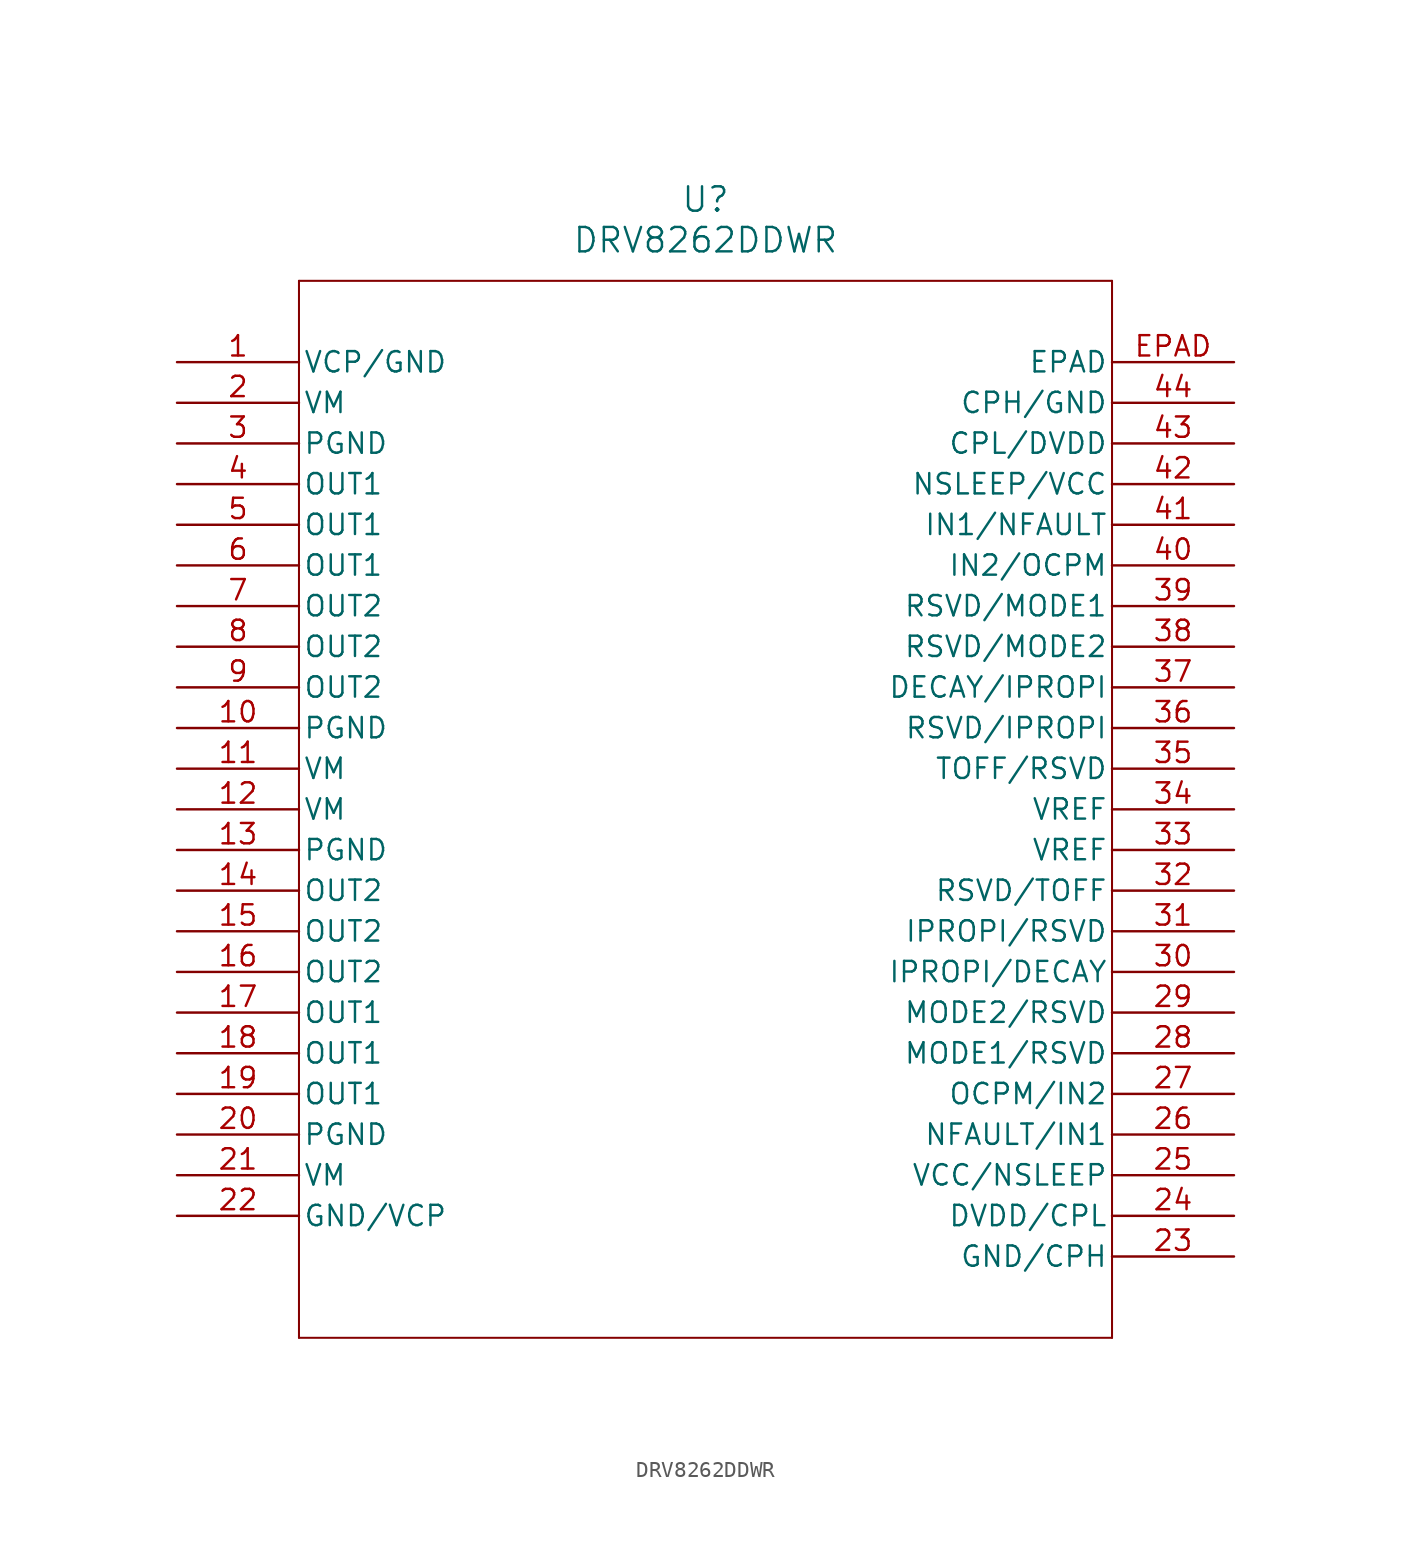
<source format=kicad_sym>
(kicad_symbol_lib
  (version 20241209)
  (generator "kicad_symbol_editor")
  (generator_version "9.0")
  (symbol "DRV8262DDWR"
    (pin_names
      (offset 0.254))
    (property "Reference" "U"
      (at 33.02 10.16 0)
      (effects (font (size 1.524 1.524))))
    (property "Value" "DRV8262DDWR"
      (at 33.02 7.62 0)
      (effects (font (size 1.524 1.524))))
    (property "ki_locked" ""
      (at 0 0 0)
      (effects (font (size 1.27 1.27))))
    (symbol "DRV8262DDWR_0_1"
      (polyline (pts (xy 7.62 5.08) (xy 7.62 -60.96)) (stroke (width 0.127) (type default)) (fill (type none)))
      (polyline (pts (xy 7.62 -60.96) (xy 58.42 -60.96)) (stroke (width 0.127) (type default)) (fill (type none)))
      (polyline (pts (xy 58.42 5.08) (xy 7.62 5.08)) (stroke (width 0.127) (type default)) (fill (type none)))
      (polyline (pts (xy 58.42 -60.96) (xy 58.42 5.08)) (stroke (width 0.127) (type default)) (fill (type none)))
      (pin unspecified line (at 0 0 0) (length 7.62) (name "VCP/GND" (effects (font (size 1.27 1.27)))) (number "1" (effects (font (size 1.27 1.27)))))
      (pin unspecified line (at 0 -2.54 0) (length 7.62) (name "VM" (effects (font (size 1.27 1.27)))) (number "2" (effects (font (size 1.27 1.27)))))
      (pin passive line (at 0 -5.08 0) (length 7.62) (name "PGND" (effects (font (size 1.27 1.27)))) (number "3" (effects (font (size 1.27 1.27)))))
      (pin passive line (at 0 -10.16 0) (length 7.62) (name "OUT1" (effects (font (size 1.27 1.27)))) (number "5" (effects (font (size 1.27 1.27)))))
      (pin passive line (at 0 -12.7 0) (length 7.62) (name "OUT1" (effects (font (size 1.27 1.27)))) (number "6" (effects (font (size 1.27 1.27)))))
      (pin passive line (at 0 -15.24 0) (length 7.62) (name "OUT2" (effects (font (size 1.27 1.27)))) (number "7" (effects (font (size 1.27 1.27)))))
      (pin passive line (at 0 -17.78 0) (length 7.62) (name "OUT2" (effects (font (size 1.27 1.27)))) (number "8" (effects (font (size 1.27 1.27)))))
      (pin passive line (at 0 -20.32 0) (length 7.62) (name "OUT2" (effects (font (size 1.27 1.27)))) (number "9" (effects (font (size 1.27 1.27)))))
      (pin passive line (at 0 -22.86 0) (length 7.62) (name "PGND" (effects (font (size 1.27 1.27)))) (number "10" (effects (font (size 1.27 1.27)))))
      (pin unspecified line (at 0 -25.4 0) (length 7.62) (name "VM" (effects (font (size 1.27 1.27)))) (number "11" (effects (font (size 1.27 1.27)))))
      (pin unspecified line (at 0 -27.94 0) (length 7.62) (name "VM" (effects (font (size 1.27 1.27)))) (number "12" (effects (font (size 1.27 1.27)))))
      (pin passive line (at 0 -30.48 0) (length 7.62) (name "PGND" (effects (font (size 1.27 1.27)))) (number "13" (effects (font (size 1.27 1.27)))))
      (pin passive line (at 0 -33.02 0) (length 7.62) (name "OUT2" (effects (font (size 1.27 1.27)))) (number "14" (effects (font (size 1.27 1.27)))))
      (pin passive line (at 0 -35.56 0) (length 7.62) (name "OUT2" (effects (font (size 1.27 1.27)))) (number "15" (effects (font (size 1.27 1.27)))))
      (pin passive line (at 0 -38.1 0) (length 7.62) (name "OUT2" (effects (font (size 1.27 1.27)))) (number "16" (effects (font (size 1.27 1.27)))))
      (pin passive line (at 0 -40.64 0) (length 7.62) (name "OUT1" (effects (font (size 1.27 1.27)))) (number "17" (effects (font (size 1.27 1.27)))))
      (pin passive line (at 0 -43.18 0) (length 7.62) (name "OUT1" (effects (font (size 1.27 1.27)))) (number "18" (effects (font (size 1.27 1.27)))))
      (pin passive line (at 0 -45.72 0) (length 7.62) (name "OUT1" (effects (font (size 1.27 1.27)))) (number "19" (effects (font (size 1.27 1.27)))))
      (pin passive line (at 0 -48.26 0) (length 7.62) (name "PGND" (effects (font (size 1.27 1.27)))) (number "20" (effects (font (size 1.27 1.27)))))
      (pin unspecified line (at 0 -50.8 0) (length 7.62) (name "VM" (effects (font (size 1.27 1.27)))) (number "21" (effects (font (size 1.27 1.27)))))
      (pin passive line (at 0 -53.34 0) (length 7.62) (name "GND/VCP" (effects (font (size 1.27 1.27)))) (number "22" (effects (font (size 1.27 1.27)))))
      (pin passive line (at 66.04 0 180) (length 7.62) (name "EPAD" (effects (font (size 1.27 1.27)))) (number "EPAD" (effects (font (size 1.27 1.27)))))
      (pin unspecified line (at 66.04 -2.54 180) (length 7.62) (name "CPH/GND" (effects (font (size 1.27 1.27)))) (number "44" (effects (font (size 1.27 1.27)))))
      (pin unspecified line (at 66.04 -5.08 180) (length 7.62) (name "CPL/DVDD" (effects (font (size 1.27 1.27)))) (number "43" (effects (font (size 1.27 1.27)))))
      (pin unspecified line (at 66.04 -7.62 180) (length 7.62) (name "NSLEEP/VCC" (effects (font (size 1.27 1.27)))) (number "42" (effects (font (size 1.27 1.27)))))
      (pin unspecified line (at 66.04 -10.16 180) (length 7.62) (name "IN1/NFAULT" (effects (font (size 1.27 1.27)))) (number "41" (effects (font (size 1.27 1.27)))))
      (pin unspecified line (at 66.04 -12.7 180) (length 7.62) (name "IN2/OCPM" (effects (font (size 1.27 1.27)))) (number "40" (effects (font (size 1.27 1.27)))))
      (pin unspecified line (at 66.04 -15.24 180) (length 7.62) (name "RSVD/MODE1" (effects (font (size 1.27 1.27)))) (number "39" (effects (font (size 1.27 1.27)))))
      (pin unspecified line (at 66.04 -17.78 180) (length 7.62) (name "RSVD/MODE2" (effects (font (size 1.27 1.27)))) (number "38" (effects (font (size 1.27 1.27)))))
      (pin unspecified line (at 66.04 -20.32 180) (length 7.62) (name "DECAY/IPROPI" (effects (font (size 1.27 1.27)))) (number "37" (effects (font (size 1.27 1.27)))))
      (pin unspecified line (at 66.04 -22.86 180) (length 7.62) (name "RSVD/IPROPI" (effects (font (size 1.27 1.27)))) (number "36" (effects (font (size 1.27 1.27)))))
      (pin unspecified line (at 66.04 -25.4 180) (length 7.62) (name "TOFF/RSVD" (effects (font (size 1.27 1.27)))) (number "35" (effects (font (size 1.27 1.27)))))
      (pin power_in line (at 66.04 -27.94 180) (length 7.62) (name "VREF" (effects (font (size 1.27 1.27)))) (number "34" (effects (font (size 1.27 1.27)))))
      (pin power_in line (at 66.04 -30.48 180) (length 7.62) (name "VREF" (effects (font (size 1.27 1.27)))) (number "33" (effects (font (size 1.27 1.27)))))
      (pin unspecified line (at 66.04 -33.02 180) (length 7.62) (name "RSVD/TOFF" (effects (font (size 1.27 1.27)))) (number "32" (effects (font (size 1.27 1.27)))))
      (pin unspecified line (at 66.04 -35.56 180) (length 7.62) (name "IPROPI/RSVD" (effects (font (size 1.27 1.27)))) (number "31" (effects (font (size 1.27 1.27)))))
      (pin unspecified line (at 66.04 -38.1 180) (length 7.62) (name "IPROPI/DECAY" (effects (font (size 1.27 1.27)))) (number "30" (effects (font (size 1.27 1.27)))))
      (pin unspecified line (at 66.04 -40.64 180) (length 7.62) (name "MODE2/RSVD" (effects (font (size 1.27 1.27)))) (number "29" (effects (font (size 1.27 1.27)))))
      (pin unspecified line (at 66.04 -43.18 180) (length 7.62) (name "MODE1/RSVD" (effects (font (size 1.27 1.27)))) (number "28" (effects (font (size 1.27 1.27)))))
      (pin unspecified line (at 66.04 -45.72 180) (length 7.62) (name "OCPM/IN2" (effects (font (size 1.27 1.27)))) (number "27" (effects (font (size 1.27 1.27)))))
      (pin unspecified line (at 66.04 -48.26 180) (length 7.62) (name "NFAULT/IN1" (effects (font (size 1.27 1.27)))) (number "26" (effects (font (size 1.27 1.27)))))
      (pin unspecified line (at 66.04 -50.8 180) (length 7.62) (name "VCC/NSLEEP" (effects (font (size 1.27 1.27)))) (number "25" (effects (font (size 1.27 1.27)))))
      (pin unspecified line (at 66.04 -53.34 180) (length 7.62) (name "DVDD/CPL" (effects (font (size 1.27 1.27)))) (number "24" (effects (font (size 1.27 1.27)))))
      (pin passive line (at 66.04 -55.88 180) (length 7.62) (name "GND/CPH" (effects (font (size 1.27 1.27)))) (number "23" (effects (font (size 1.27 1.27))))))
    (symbol "DRV8262DDWR_1_1"
      (pin passive line (at 0 -7.62 0) (length 7.62) (name "OUT1" (effects (font (size 1.27 1.27)))) (number "4" (effects (font (size 1.27 1.27))))))))
</source>
